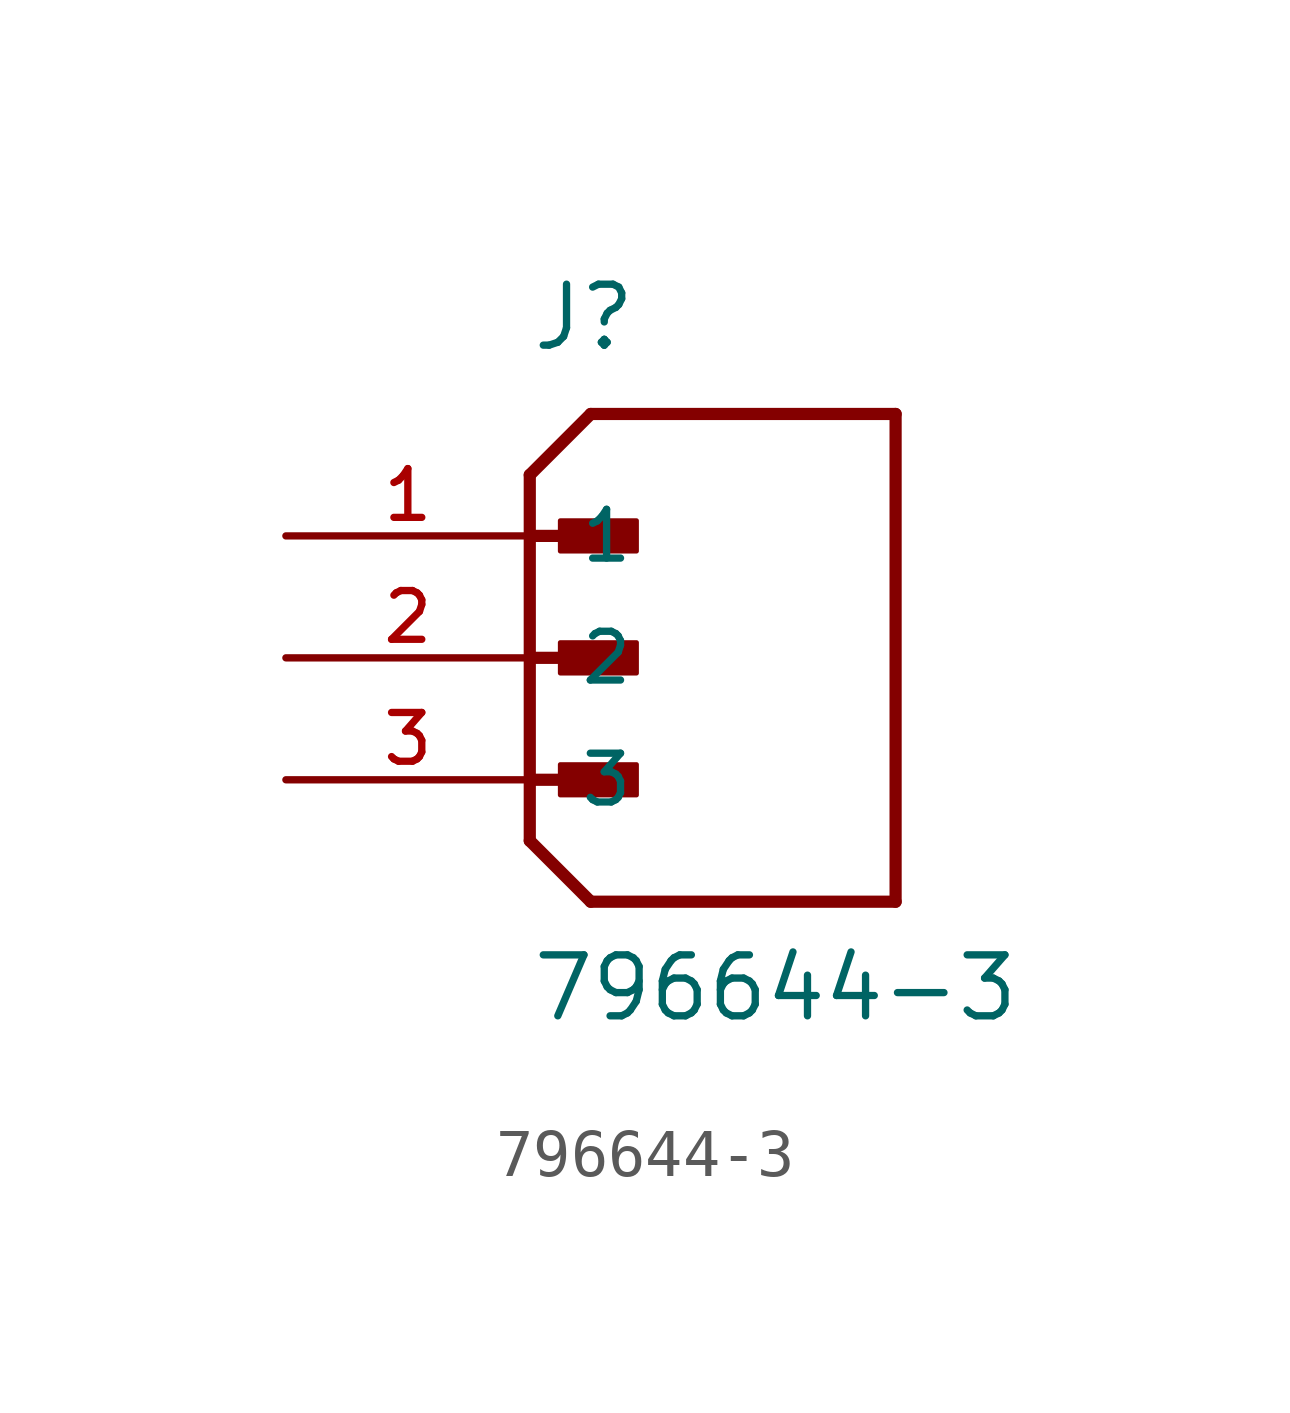
<source format=kicad_sym>
(kicad_symbol_lib
  (version 20211014)
  (generator kicad_symbol_editor)
  (symbol "796644-3"
    (pin_names
      (offset 1.016))
    (property "Reference" "J"
      (at 0.0 6.35 0)
      (effects (font (size 1.27 1.27)) (justify bottom left)))
    (property "Value" "796644-3"
      (at 0.0 -7.62 0)
      (effects (font (size 1.27 1.27)) (justify bottom left)))
    (symbol "796644-3_0_0"
      (polyline (pts (xy 0.0 3.81) (xy 1.27 5.08)) (stroke (width 0.254)))
      (polyline (pts (xy 0.0 3.81) (xy 0.0 2.54)) (stroke (width 0.254)))
      (polyline (pts (xy 0.0 2.54) (xy 0.0 -3.81)) (stroke (width 0.254)))
      (polyline (pts (xy 0.0 -3.81) (xy 1.27 -5.08)) (stroke (width 0.254)))
      (polyline (pts (xy 1.27 -5.08) (xy 7.62 -5.08)) (stroke (width 0.254)))
      (polyline (pts (xy 7.62 -5.08) (xy 7.62 5.08)) (stroke (width 0.254)))
      (polyline (pts (xy 7.62 5.08) (xy 1.27 5.08)) (stroke (width 0.254)))
      (polyline (pts (xy 0.0 2.54) (xy 1.905 2.54)) (stroke (width 0.254)))
      (rectangle (start 0.635 2.223) (end 2.223 2.857) (stroke (width 0.1)) (fill (type outline)))
      (polyline (pts (xy 0.0 0.0) (xy 1.905 0.0)) (stroke (width 0.254)))
      (rectangle (start 0.635 -0.318) (end 2.223 0.318) (stroke (width 0.1)) (fill (type outline)))
      (polyline (pts (xy 0.0 -2.54) (xy 1.905 -2.54)) (stroke (width 0.254)))
      (rectangle (start 0.635 -2.857) (end 2.223 -2.223) (stroke (width 0.1)) (fill (type outline)))
      (pin passive line (at -5.08 2.54 0) (length 5.08) (name "1" (effects (font (size 1.016 1.016)))) (number "1" (effects (font (size 1.016 1.016)))))
      (pin passive line (at -5.08 0.0 0) (length 5.08) (name "2" (effects (font (size 1.016 1.016)))) (number "2" (effects (font (size 1.016 1.016)))))
      (pin passive line (at -5.08 -2.54 0) (length 5.08) (name "3" (effects (font (size 1.016 1.016)))) (number "3" (effects (font (size 1.016 1.016))))))))
</source>
